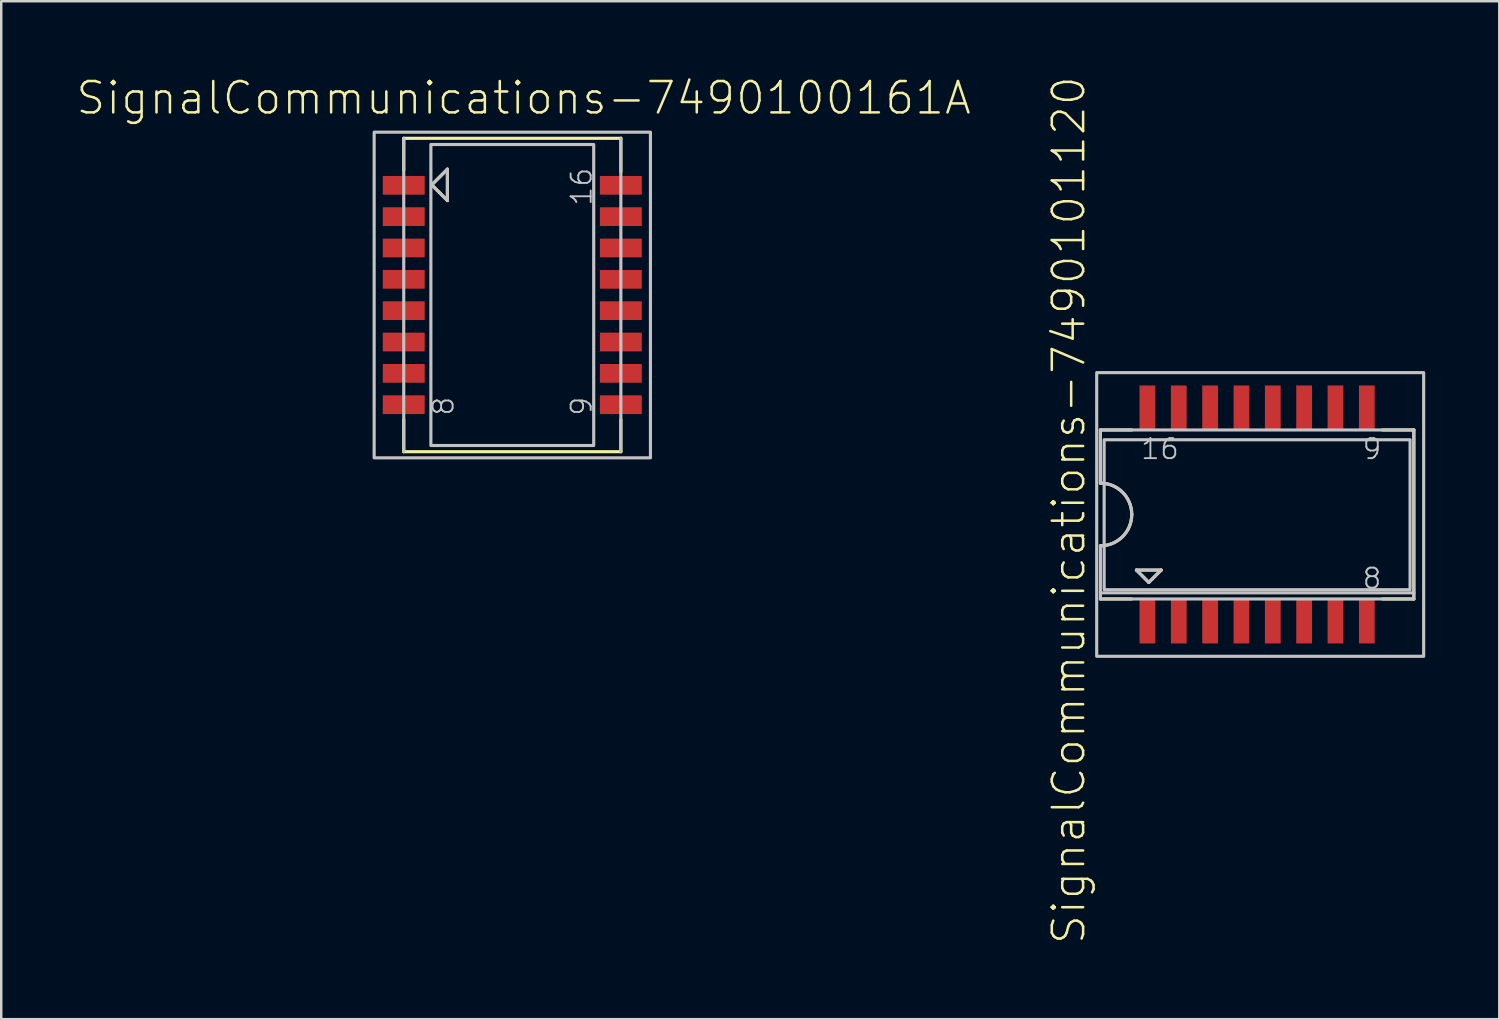
<source format=kicad_pcb>
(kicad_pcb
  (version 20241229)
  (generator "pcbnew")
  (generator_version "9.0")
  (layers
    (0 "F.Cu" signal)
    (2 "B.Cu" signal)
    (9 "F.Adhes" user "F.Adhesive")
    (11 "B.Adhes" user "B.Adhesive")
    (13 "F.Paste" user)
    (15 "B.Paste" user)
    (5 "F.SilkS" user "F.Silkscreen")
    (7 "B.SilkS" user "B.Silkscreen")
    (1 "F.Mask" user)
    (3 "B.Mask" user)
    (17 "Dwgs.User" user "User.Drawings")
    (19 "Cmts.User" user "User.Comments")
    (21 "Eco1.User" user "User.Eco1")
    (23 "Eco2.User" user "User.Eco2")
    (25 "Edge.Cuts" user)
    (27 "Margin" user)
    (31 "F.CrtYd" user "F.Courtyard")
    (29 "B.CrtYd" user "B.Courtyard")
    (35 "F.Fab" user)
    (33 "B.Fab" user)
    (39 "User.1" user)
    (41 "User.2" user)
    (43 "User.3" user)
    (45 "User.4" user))
  (footprint "SignalCommunications-7490101120"
    (layer "F.Cu")
    (at 47.89 17.797)
    (property "Reference" "SignalCommunications-7490101120" (at -7.633 -0.173 90) (layer "F.SilkS") (effects (font (size 1.27 1.27) (thickness 0.102))))
    (attr smd)
    (fp_line (start -6.35 -3.424) (end -6.35 -1.27) (stroke (width 0.127) (type solid)) (layer "F.SilkS"))
    (fp_line (start -6.35 -3.424) (end -5.08 -3.424) (stroke (width 0.127) (type solid)) (layer "F.SilkS"))
    (fp_line (start -6.35 3.424) (end -5.08 3.424) (stroke (width 0.127) (type solid)) (layer "F.SilkS"))
    (fp_line (start -4.889 2.253) (end -3.889 2.253) (stroke (width 0.127) (type solid)) (layer "F.SilkS"))
    (fp_line (start -4.389 2.753) (end -4.889 2.253) (stroke (width 0.127) (type solid)) (layer "F.SilkS"))
    (fp_line (start -3.889 2.253) (end -4.389 2.753) (stroke (width 0.127) (type solid)) (layer "F.SilkS"))
    (fp_line (start 6.35 -3.424) (end 5.08 -3.424) (stroke (width 0.127) (type solid)) (layer "F.SilkS"))
    (fp_line (start 6.35 3.424) (end 5.08 3.424) (stroke (width 0.127) (type solid)) (layer "F.SilkS"))
    (fp_line (start 6.35 3.424) (end 6.35 -3.424) (stroke (width 0.127) (type solid)) (layer "F.SilkS"))
    (fp_arc (start -6.35 -1.27) (mid -5.451974 -0.898026) (end -5.08 0) (stroke (width 0.127) (type solid)) (layer "F.SilkS"))
    (fp_arc (start -5.08 0) (mid -5.451974 0.898026) (end -6.35 1.27) (stroke (width 0.127) (type solid)) (layer "F.SilkS"))
    (fp_line (start -6.35 -3.424) (end 6.35 -3.424) (stroke (width 0.127) (type solid)) (layer "Dwgs.User"))
    (fp_line (start -6.35 -1.27) (end -6.35 -3.424) (stroke (width 0.127) (type solid)) (layer "Dwgs.User"))
    (fp_line (start -6.35 3.424) (end -6.35 1.27) (stroke (width 0.127) (type solid)) (layer "Dwgs.User"))
    (fp_line (start -4.889 2.253) (end -3.889 2.253) (stroke (width 0.127) (type solid)) (layer "Dwgs.User"))
    (fp_line (start -4.389 2.753) (end -4.889 2.253) (stroke (width 0.127) (type solid)) (layer "Dwgs.User"))
    (fp_line (start -3.889 2.253) (end -4.389 2.753) (stroke (width 0.127) (type solid)) (layer "Dwgs.User"))
    (fp_line (start 6.35 -3.424) (end 6.35 3.424) (stroke (width 0.127) (type solid)) (layer "Dwgs.User"))
    (fp_line (start 6.35 3.175) (end -6.35 3.175) (stroke (width 0.127) (type solid)) (layer "Dwgs.User"))
    (fp_line (start 6.35 3.424) (end -6.35 3.424) (stroke (width 0.127) (type solid)) (layer "Dwgs.User"))
    (fp_arc (start -6.35 -1.27) (mid -5.451974 -0.898026) (end -5.08 0) (stroke (width 0.127) (type solid)) (layer "Dwgs.User"))
    (fp_arc (start -5.08 0) (mid -5.451974 0.898026) (end -6.35 1.27) (stroke (width 0.127) (type solid)) (layer "Dwgs.User"))
    (fp_poly (pts (xy -6.5 -5.748) (xy 6.749 -5.748) (xy 6.749 5.748) (xy -6.5 5.748) (xy -6.5 -5.748)) (stroke (width 0.127) (type solid)) (fill no) (layer "Dwgs.User"))
    (fp_poly (pts (xy -6.198 -3.028) (xy 6.198 -3.028) (xy 6.198 3.048) (xy -6.198 3.048) (xy -6.198 -3.028)) (stroke (width 0.127) (type solid)) (fill no) (layer "Dwgs.User"))
    (fp_text user "16" (at -3.937 -2.654 0) (layer "Dwgs.User") (effects (font (size 0.813 0.813) (thickness 0.076))))
    (fp_text user "8" (at 4.656 2.593 0) (layer "Dwgs.User") (effects (font (size 0.813 0.813) (thickness 0.076))))
    (fp_text user "9" (at 4.656 -2.654 0) (layer "Dwgs.User") (effects (font (size 0.813 0.813) (thickness 0.076))))
    (pad "1" smd rect (at -4.445 4.328) (size 0.638 1.798) (layers "F.Cu" "F.Mask" "F.Paste"))
    (pad "2" smd rect (at -3.175 4.328) (size 0.638 1.798) (layers "F.Cu" "F.Mask" "F.Paste"))
    (pad "3" smd rect (at -1.905 4.328) (size 0.638 1.798) (layers "F.Cu" "F.Mask" "F.Paste"))
    (pad "4" smd rect (at -0.635 4.328) (size 0.638 1.798) (layers "F.Cu" "F.Mask" "F.Paste"))
    (pad "5" smd rect (at 0.635 4.328) (size 0.638 1.798) (layers "F.Cu" "F.Mask" "F.Paste"))
    (pad "6" smd rect (at 1.905 4.328) (size 0.638 1.798) (layers "F.Cu" "F.Mask" "F.Paste"))
    (pad "7" smd rect (at 3.175 4.328) (size 0.638 1.798) (layers "F.Cu" "F.Mask" "F.Paste"))
    (pad "8" smd rect (at 4.445 4.328) (size 0.638 1.798) (layers "F.Cu" "F.Mask" "F.Paste"))
    (pad "9" smd rect (at 4.445 -4.328) (size 0.638 1.798) (layers "F.Cu" "F.Mask" "F.Paste"))
    (pad "10" smd rect (at 3.175 -4.328) (size 0.638 1.798) (layers "F.Cu" "F.Mask" "F.Paste"))
    (pad "11" smd rect (at 1.905 -4.328) (size 0.638 1.798) (layers "F.Cu" "F.Mask" "F.Paste"))
    (pad "12" smd rect (at 0.635 -4.328) (size 0.638 1.798) (layers "F.Cu" "F.Mask" "F.Paste"))
    (pad "13" smd rect (at -0.635 -4.328) (size 0.638 1.798) (layers "F.Cu" "F.Mask" "F.Paste"))
    (pad "14" smd rect (at -1.905 -4.328) (size 0.638 1.798) (layers "F.Cu" "F.Mask" "F.Paste"))
    (pad "15" smd rect (at -3.175 -4.328) (size 0.638 1.798) (layers "F.Cu" "F.Mask" "F.Paste"))
    (pad "16" smd rect (at -4.445 -4.328) (size 0.638 1.798) (layers "F.Cu" "F.Mask" "F.Paste")))
  (footprint "SignalCommunications-7490100161A"
    (layer "F.Cu")
    (at 17.709 8.904)
    (property "Reference" "SignalCommunications-7490100161A" (at 0.46 -7.983 0) (layer "F.SilkS") (effects (font (size 1.27 1.27) (thickness 0.102))))
    (attr smd)
    (fp_line (start -4.399 -6.35) (end -4.399 -5.05) (stroke (width 0.127) (type solid)) (layer "F.SilkS"))
    (fp_line (start -4.399 -6.35) (end 4.399 -6.35) (stroke (width 0.127) (type solid)) (layer "F.SilkS"))
    (fp_line (start -4.399 6.35) (end -4.399 5.05) (stroke (width 0.127) (type solid)) (layer "F.SilkS"))
    (fp_line (start -3.264 -4.463) (end -2.629 -3.828) (stroke (width 0.127) (type solid)) (layer "F.SilkS"))
    (fp_line (start -2.629 -5.098) (end -3.264 -4.463) (stroke (width 0.127) (type solid)) (layer "F.SilkS"))
    (fp_line (start -2.629 -3.828) (end -2.629 -5.098) (stroke (width 0.127) (type solid)) (layer "F.SilkS"))
    (fp_line (start 4.399 -4.999) (end 4.399 -6.35) (stroke (width 0.127) (type solid)) (layer "F.SilkS"))
    (fp_line (start 4.399 6.35) (end -4.399 6.35) (stroke (width 0.127) (type solid)) (layer "F.SilkS"))
    (fp_line (start 4.399 6.35) (end 4.399 5.05) (stroke (width 0.127) (type solid)) (layer "F.SilkS"))
    (fp_line (start -4.399 6.35) (end -4.399 -6.35) (stroke (width 0.127) (type solid)) (layer "Dwgs.User"))
    (fp_line (start -3.264 -4.463) (end -2.629 -3.828) (stroke (width 0.127) (type solid)) (layer "Dwgs.User"))
    (fp_line (start -2.629 -5.098) (end -3.264 -4.463) (stroke (width 0.127) (type solid)) (layer "Dwgs.User"))
    (fp_line (start -2.629 -3.828) (end -2.629 -5.098) (stroke (width 0.127) (type solid)) (layer "Dwgs.User"))
    (fp_line (start 4.399 -6.35) (end 4.399 6.35) (stroke (width 0.127) (type solid)) (layer "Dwgs.User"))
    (fp_poly (pts (xy 3.299 -6.099) (xy 3.299 6.099) (xy -3.299 6.099) (xy -3.299 -6.099) (xy 3.299 -6.099)) (stroke (width 0.127) (type solid)) (fill no) (layer "Dwgs.User"))
    (fp_poly (pts (xy 5.598 -6.599) (xy 5.598 6.599) (xy -5.598 6.599) (xy -5.598 -6.599) (xy 5.598 -6.599)) (stroke (width 0.127) (type solid)) (fill no) (layer "Dwgs.User"))
    (fp_text user "8" (at -2.791 4.506 270) (layer "Dwgs.User") (effects (font (size 0.813 0.813) (thickness 0.076))))
    (fp_text user "16" (at 2.804 -4.387 270) (layer "Dwgs.User") (effects (font (size 0.813 0.813) (thickness 0.076))))
    (fp_text user "9" (at 2.804 4.506 270) (layer "Dwgs.User") (effects (font (size 0.813 0.813) (thickness 0.076))))
    (pad "1" smd rect (at -4.399 -4.445) (size 1.699 0.759) (layers "F.Cu" "F.Mask" "F.Paste"))
    (pad "2" smd rect (at -4.399 -3.175) (size 1.699 0.759) (layers "F.Cu" "F.Mask" "F.Paste"))
    (pad "3" smd rect (at -4.399 -1.905) (size 1.699 0.759) (layers "F.Cu" "F.Mask" "F.Paste"))
    (pad "4" smd rect (at -4.399 -0.635) (size 1.699 0.759) (layers "F.Cu" "F.Mask" "F.Paste"))
    (pad "5" smd rect (at -4.399 0.635) (size 1.699 0.759) (layers "F.Cu" "F.Mask" "F.Paste"))
    (pad "6" smd rect (at -4.399 1.905) (size 1.699 0.759) (layers "F.Cu" "F.Mask" "F.Paste"))
    (pad "7" smd rect (at -4.399 3.175) (size 1.699 0.759) (layers "F.Cu" "F.Mask" "F.Paste"))
    (pad "8" smd rect (at -4.399 4.445) (size 1.699 0.759) (layers "F.Cu" "F.Mask" "F.Paste"))
    (pad "9" smd rect (at 4.399 4.445) (size 1.699 0.759) (layers "F.Cu" "F.Mask" "F.Paste"))
    (pad "10" smd rect (at 4.399 3.175) (size 1.699 0.759) (layers "F.Cu" "F.Mask" "F.Paste"))
    (pad "11" smd rect (at 4.399 1.905) (size 1.699 0.759) (layers "F.Cu" "F.Mask" "F.Paste"))
    (pad "12" smd rect (at 4.399 0.635) (size 1.699 0.759) (layers "F.Cu" "F.Mask" "F.Paste"))
    (pad "13" smd rect (at 4.399 -0.635) (size 1.699 0.759) (layers "F.Cu" "F.Mask" "F.Paste"))
    (pad "14" smd rect (at 4.399 -1.905) (size 1.699 0.759) (layers "F.Cu" "F.Mask" "F.Paste"))
    (pad "15" smd rect (at 4.399 -3.175) (size 1.699 0.759) (layers "F.Cu" "F.Mask" "F.Paste"))
    (pad "16" smd rect (at 4.399 -4.445) (size 1.699 0.759) (layers "F.Cu" "F.Mask" "F.Paste")))
  (gr_rect
    (start -3 -3)
    (end 57.703 38.248)
    (stroke (width 0.1) (type default))
    (fill no)
    (layer "Edge.Cuts")))
</source>
